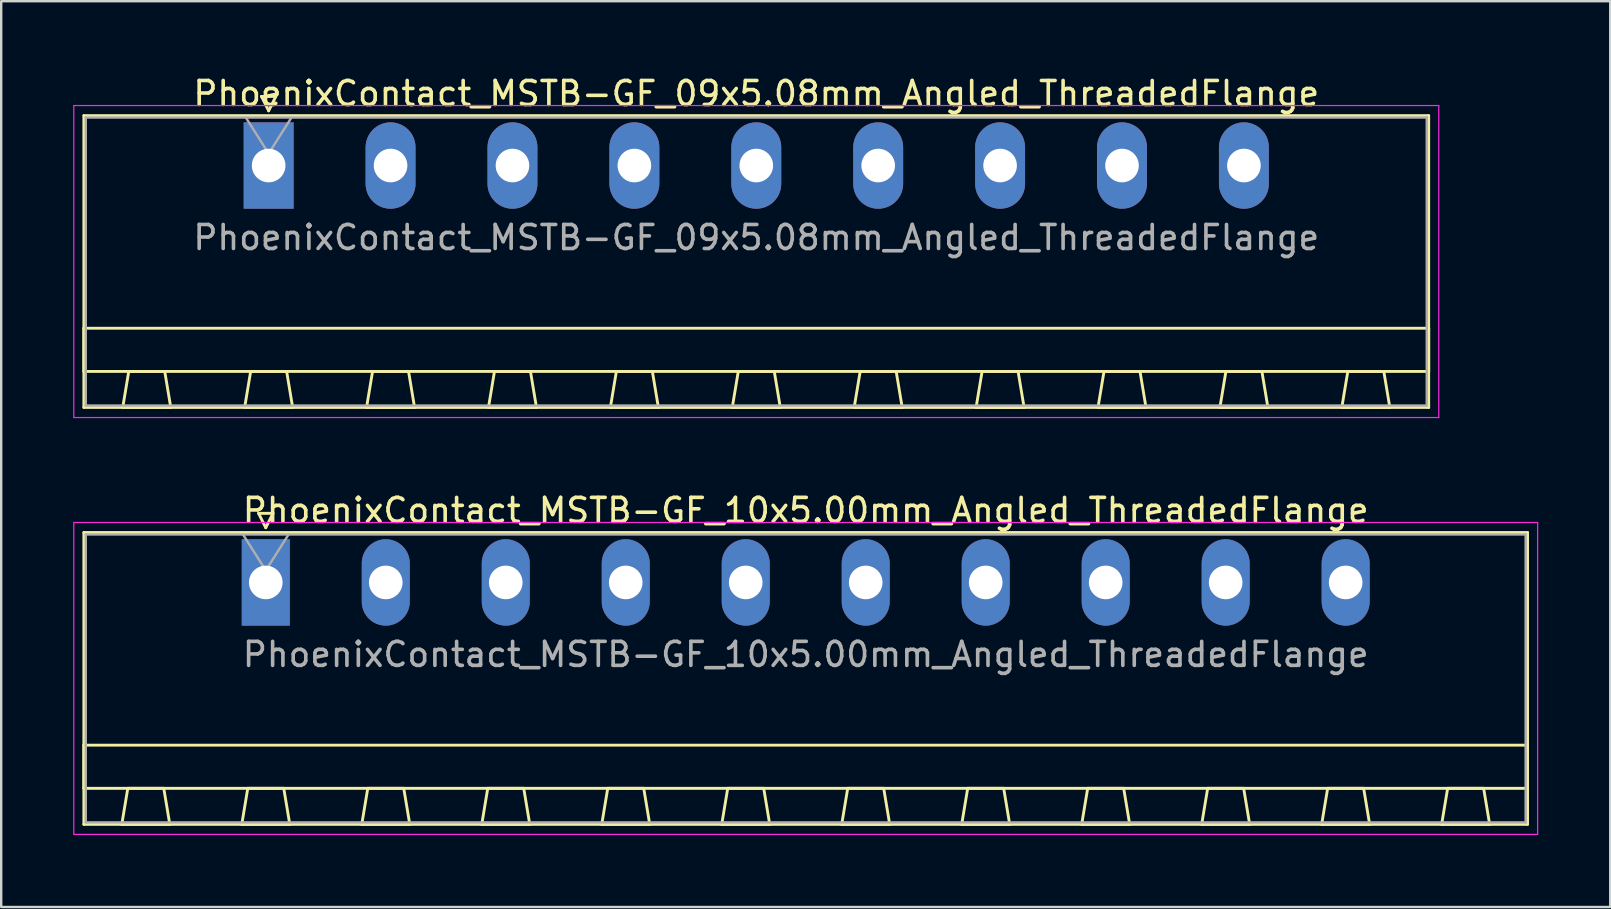
<source format=kicad_pcb>
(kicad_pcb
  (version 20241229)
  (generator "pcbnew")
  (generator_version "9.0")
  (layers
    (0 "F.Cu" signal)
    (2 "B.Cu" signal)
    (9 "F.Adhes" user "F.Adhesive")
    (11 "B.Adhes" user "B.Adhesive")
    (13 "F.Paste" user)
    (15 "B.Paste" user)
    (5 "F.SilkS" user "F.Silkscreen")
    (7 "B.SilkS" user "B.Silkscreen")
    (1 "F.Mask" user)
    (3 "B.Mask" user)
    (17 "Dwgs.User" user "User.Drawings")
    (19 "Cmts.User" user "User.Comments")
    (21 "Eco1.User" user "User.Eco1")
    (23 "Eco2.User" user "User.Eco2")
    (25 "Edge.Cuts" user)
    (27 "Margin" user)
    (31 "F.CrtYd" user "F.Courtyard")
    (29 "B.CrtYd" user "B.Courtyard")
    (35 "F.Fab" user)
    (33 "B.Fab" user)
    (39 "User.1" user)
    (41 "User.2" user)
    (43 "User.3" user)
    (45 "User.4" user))
  (footprint "PhoenixContact_MSTB-GF_10x5.00mm_Angled_ThreadedFlange"
    (layer "F.Cu")
    (at 8.025 21.221)
    (property "Reference" "PhoenixContact_MSTB-GF_10x5.00mm_Angled_ThreadedFlange" (at 22.5 -3 0) (layer "F.SilkS") (effects (font (size 1 1) (thickness 0.15))))
    (attr through_hole)
    (fp_line (start -7.58 -2.08) (end -7.58 10.08) (stroke (width 0.12) (type solid)) (layer "F.SilkS"))
    (fp_line (start -7.58 6.78) (end 52.58 6.78) (stroke (width 0.12) (type solid)) (layer "F.SilkS"))
    (fp_line (start -7.58 8.58) (end -7.58 6.78) (stroke (width 0.12) (type solid)) (layer "F.SilkS"))
    (fp_line (start -7.58 10.08) (end 52.58 10.08) (stroke (width 0.12) (type solid)) (layer "F.SilkS"))
    (fp_line (start -6 10.08) (end -4 10.08) (stroke (width 0.12) (type solid)) (layer "F.SilkS"))
    (fp_line (start -5.75 8.58) (end -6 10.08) (stroke (width 0.12) (type solid)) (layer "F.SilkS"))
    (fp_line (start -4.25 8.58) (end -5.75 8.58) (stroke (width 0.12) (type solid)) (layer "F.SilkS"))
    (fp_line (start -4 10.08) (end -4.25 8.58) (stroke (width 0.12) (type solid)) (layer "F.SilkS"))
    (fp_line (start -1 10.08) (end 1 10.08) (stroke (width 0.12) (type solid)) (layer "F.SilkS"))
    (fp_line (start -0.75 8.58) (end -1 10.08) (stroke (width 0.12) (type solid)) (layer "F.SilkS"))
    (fp_line (start -0.3 -2.88) (end 0.3 -2.88) (stroke (width 0.12) (type solid)) (layer "F.SilkS"))
    (fp_line (start 0 -2.28) (end -0.3 -2.88) (stroke (width 0.12) (type solid)) (layer "F.SilkS"))
    (fp_line (start 0.3 -2.88) (end 0 -2.28) (stroke (width 0.12) (type solid)) (layer "F.SilkS"))
    (fp_line (start 0.75 8.58) (end -0.75 8.58) (stroke (width 0.12) (type solid)) (layer "F.SilkS"))
    (fp_line (start 1 10.08) (end 0.75 8.58) (stroke (width 0.12) (type solid)) (layer "F.SilkS"))
    (fp_line (start 4 10.08) (end 6 10.08) (stroke (width 0.12) (type solid)) (layer "F.SilkS"))
    (fp_line (start 4.25 8.58) (end 4 10.08) (stroke (width 0.12) (type solid)) (layer "F.SilkS"))
    (fp_line (start 5.75 8.58) (end 4.25 8.58) (stroke (width 0.12) (type solid)) (layer "F.SilkS"))
    (fp_line (start 6 10.08) (end 5.75 8.58) (stroke (width 0.12) (type solid)) (layer "F.SilkS"))
    (fp_line (start 9 10.08) (end 11 10.08) (stroke (width 0.12) (type solid)) (layer "F.SilkS"))
    (fp_line (start 9.25 8.58) (end 9 10.08) (stroke (width 0.12) (type solid)) (layer "F.SilkS"))
    (fp_line (start 10.75 8.58) (end 9.25 8.58) (stroke (width 0.12) (type solid)) (layer "F.SilkS"))
    (fp_line (start 11 10.08) (end 10.75 8.58) (stroke (width 0.12) (type solid)) (layer "F.SilkS"))
    (fp_line (start 14 10.08) (end 16 10.08) (stroke (width 0.12) (type solid)) (layer "F.SilkS"))
    (fp_line (start 14.25 8.58) (end 14 10.08) (stroke (width 0.12) (type solid)) (layer "F.SilkS"))
    (fp_line (start 15.75 8.58) (end 14.25 8.58) (stroke (width 0.12) (type solid)) (layer "F.SilkS"))
    (fp_line (start 16 10.08) (end 15.75 8.58) (stroke (width 0.12) (type solid)) (layer "F.SilkS"))
    (fp_line (start 19 10.08) (end 21 10.08) (stroke (width 0.12) (type solid)) (layer "F.SilkS"))
    (fp_line (start 19.25 8.58) (end 19 10.08) (stroke (width 0.12) (type solid)) (layer "F.SilkS"))
    (fp_line (start 20.75 8.58) (end 19.25 8.58) (stroke (width 0.12) (type solid)) (layer "F.SilkS"))
    (fp_line (start 21 10.08) (end 20.75 8.58) (stroke (width 0.12) (type solid)) (layer "F.SilkS"))
    (fp_line (start 24 10.08) (end 26 10.08) (stroke (width 0.12) (type solid)) (layer "F.SilkS"))
    (fp_line (start 24.25 8.58) (end 24 10.08) (stroke (width 0.12) (type solid)) (layer "F.SilkS"))
    (fp_line (start 25.75 8.58) (end 24.25 8.58) (stroke (width 0.12) (type solid)) (layer "F.SilkS"))
    (fp_line (start 26 10.08) (end 25.75 8.58) (stroke (width 0.12) (type solid)) (layer "F.SilkS"))
    (fp_line (start 29 10.08) (end 31 10.08) (stroke (width 0.12) (type solid)) (layer "F.SilkS"))
    (fp_line (start 29.25 8.58) (end 29 10.08) (stroke (width 0.12) (type solid)) (layer "F.SilkS"))
    (fp_line (start 30.75 8.58) (end 29.25 8.58) (stroke (width 0.12) (type solid)) (layer "F.SilkS"))
    (fp_line (start 31 10.08) (end 30.75 8.58) (stroke (width 0.12) (type solid)) (layer "F.SilkS"))
    (fp_line (start 34 10.08) (end 36 10.08) (stroke (width 0.12) (type solid)) (layer "F.SilkS"))
    (fp_line (start 34.25 8.58) (end 34 10.08) (stroke (width 0.12) (type solid)) (layer "F.SilkS"))
    (fp_line (start 35.75 8.58) (end 34.25 8.58) (stroke (width 0.12) (type solid)) (layer "F.SilkS"))
    (fp_line (start 36 10.08) (end 35.75 8.58) (stroke (width 0.12) (type solid)) (layer "F.SilkS"))
    (fp_line (start 39 10.08) (end 41 10.08) (stroke (width 0.12) (type solid)) (layer "F.SilkS"))
    (fp_line (start 39.25 8.58) (end 39 10.08) (stroke (width 0.12) (type solid)) (layer "F.SilkS"))
    (fp_line (start 40.75 8.58) (end 39.25 8.58) (stroke (width 0.12) (type solid)) (layer "F.SilkS"))
    (fp_line (start 41 10.08) (end 40.75 8.58) (stroke (width 0.12) (type solid)) (layer "F.SilkS"))
    (fp_line (start 44 10.08) (end 46 10.08) (stroke (width 0.12) (type solid)) (layer "F.SilkS"))
    (fp_line (start 44.25 8.58) (end 44 10.08) (stroke (width 0.12) (type solid)) (layer "F.SilkS"))
    (fp_line (start 45.75 8.58) (end 44.25 8.58) (stroke (width 0.12) (type solid)) (layer "F.SilkS"))
    (fp_line (start 46 10.08) (end 45.75 8.58) (stroke (width 0.12) (type solid)) (layer "F.SilkS"))
    (fp_line (start 49 10.08) (end 51 10.08) (stroke (width 0.12) (type solid)) (layer "F.SilkS"))
    (fp_line (start 49.25 8.58) (end 49 10.08) (stroke (width 0.12) (type solid)) (layer "F.SilkS"))
    (fp_line (start 50.75 8.58) (end 49.25 8.58) (stroke (width 0.12) (type solid)) (layer "F.SilkS"))
    (fp_line (start 51 10.08) (end 50.75 8.58) (stroke (width 0.12) (type solid)) (layer "F.SilkS"))
    (fp_line (start 52.58 -2.08) (end -7.58 -2.08) (stroke (width 0.12) (type solid)) (layer "F.SilkS"))
    (fp_line (start 52.58 6.78) (end 52.58 8.58) (stroke (width 0.12) (type solid)) (layer "F.SilkS"))
    (fp_line (start 52.58 8.58) (end -7.58 8.58) (stroke (width 0.12) (type solid)) (layer "F.SilkS"))
    (fp_line (start 52.58 10.08) (end 52.58 -2.08) (stroke (width 0.12) (type solid)) (layer "F.SilkS"))
    (fp_line (start -8 -2.5) (end -8 10.5) (stroke (width 0.05) (type solid)) (layer "F.CrtYd"))
    (fp_line (start -8 10.5) (end 53 10.5) (stroke (width 0.05) (type solid)) (layer "F.CrtYd"))
    (fp_line (start 53 -2.5) (end -8 -2.5) (stroke (width 0.05) (type solid)) (layer "F.CrtYd"))
    (fp_line (start 53 10.5) (end 53 -2.5) (stroke (width 0.05) (type solid)) (layer "F.CrtYd"))
    (fp_line (start -7.5 -2) (end -7.5 10) (stroke (width 0.1) (type solid)) (layer "F.Fab"))
    (fp_line (start -7.5 10) (end 52.5 10) (stroke (width 0.1) (type solid)) (layer "F.Fab"))
    (fp_line (start 0 -0.5) (end -0.95 -2) (stroke (width 0.1) (type solid)) (layer "F.Fab"))
    (fp_line (start 0.95 -2) (end 0 -0.5) (stroke (width 0.1) (type solid)) (layer "F.Fab"))
    (fp_line (start 52.5 -2) (end -7.5 -2) (stroke (width 0.1) (type solid)) (layer "F.Fab"))
    (fp_line (start 52.5 10) (end 52.5 -2) (stroke (width 0.1) (type solid)) (layer "F.Fab"))
    (fp_text user "${REFERENCE}" (at 22.5 3 0) (layer "F.Fab") (effects (font (size 1 1) (thickness 0.15))))
    (pad "1" thru_hole rect (at 0 0) (size 2 3.6) (drill 1.4) (layers "*.Cu" "*.Mask"))
    (pad "2" thru_hole oval (at 5 0) (size 2 3.6) (drill 1.4) (layers "*.Cu" "*.Mask"))
    (pad "3" thru_hole oval (at 10 0) (size 2 3.6) (drill 1.4) (layers "*.Cu" "*.Mask"))
    (pad "4" thru_hole oval (at 15 0) (size 2 3.6) (drill 1.4) (layers "*.Cu" "*.Mask"))
    (pad "5" thru_hole oval (at 20 0) (size 2 3.6) (drill 1.4) (layers "*.Cu" "*.Mask"))
    (pad "6" thru_hole oval (at 25 0) (size 2 3.6) (drill 1.4) (layers "*.Cu" "*.Mask"))
    (pad "7" thru_hole oval (at 30 0) (size 2 3.6) (drill 1.4) (layers "*.Cu" "*.Mask"))
    (pad "8" thru_hole oval (at 35 0) (size 2 3.6) (drill 1.4) (layers "*.Cu" "*.Mask"))
    (pad "9" thru_hole oval (at 40 0) (size 2 3.6) (drill 1.4) (layers "*.Cu" "*.Mask"))
    (pad "10" thru_hole oval (at 45 0) (size 2 3.6) (drill 1.4) (layers "*.Cu" "*.Mask")))
  (footprint "PhoenixContact_MSTB-GF_09x5.08mm_Angled_ThreadedFlange"
    (layer "F.Cu")
    (at 8.145 3.848)
    (property "Reference" "PhoenixContact_MSTB-GF_09x5.08mm_Angled_ThreadedFlange" (at 20.32 -3 0) (layer "F.SilkS") (effects (font (size 1 1) (thickness 0.15))))
    (attr through_hole)
    (fp_line (start -7.7 -2.08) (end -7.7 10.08) (stroke (width 0.12) (type solid)) (layer "F.SilkS"))
    (fp_line (start -7.7 6.78) (end 48.34 6.78) (stroke (width 0.12) (type solid)) (layer "F.SilkS"))
    (fp_line (start -7.7 8.58) (end -7.7 6.78) (stroke (width 0.12) (type solid)) (layer "F.SilkS"))
    (fp_line (start -7.7 10.08) (end 48.34 10.08) (stroke (width 0.12) (type solid)) (layer "F.SilkS"))
    (fp_line (start -6.08 10.08) (end -4.08 10.08) (stroke (width 0.12) (type solid)) (layer "F.SilkS"))
    (fp_line (start -5.83 8.58) (end -6.08 10.08) (stroke (width 0.12) (type solid)) (layer "F.SilkS"))
    (fp_line (start -4.33 8.58) (end -5.83 8.58) (stroke (width 0.12) (type solid)) (layer "F.SilkS"))
    (fp_line (start -4.08 10.08) (end -4.33 8.58) (stroke (width 0.12) (type solid)) (layer "F.SilkS"))
    (fp_line (start -1 10.08) (end 1 10.08) (stroke (width 0.12) (type solid)) (layer "F.SilkS"))
    (fp_line (start -0.75 8.58) (end -1 10.08) (stroke (width 0.12) (type solid)) (layer "F.SilkS"))
    (fp_line (start -0.3 -2.88) (end 0.3 -2.88) (stroke (width 0.12) (type solid)) (layer "F.SilkS"))
    (fp_line (start 0 -2.28) (end -0.3 -2.88) (stroke (width 0.12) (type solid)) (layer "F.SilkS"))
    (fp_line (start 0.3 -2.88) (end 0 -2.28) (stroke (width 0.12) (type solid)) (layer "F.SilkS"))
    (fp_line (start 0.75 8.58) (end -0.75 8.58) (stroke (width 0.12) (type solid)) (layer "F.SilkS"))
    (fp_line (start 1 10.08) (end 0.75 8.58) (stroke (width 0.12) (type solid)) (layer "F.SilkS"))
    (fp_line (start 4.08 10.08) (end 6.08 10.08) (stroke (width 0.12) (type solid)) (layer "F.SilkS"))
    (fp_line (start 4.33 8.58) (end 4.08 10.08) (stroke (width 0.12) (type solid)) (layer "F.SilkS"))
    (fp_line (start 5.83 8.58) (end 4.33 8.58) (stroke (width 0.12) (type solid)) (layer "F.SilkS"))
    (fp_line (start 6.08 10.08) (end 5.83 8.58) (stroke (width 0.12) (type solid)) (layer "F.SilkS"))
    (fp_line (start 9.16 10.08) (end 11.16 10.08) (stroke (width 0.12) (type solid)) (layer "F.SilkS"))
    (fp_line (start 9.41 8.58) (end 9.16 10.08) (stroke (width 0.12) (type solid)) (layer "F.SilkS"))
    (fp_line (start 10.91 8.58) (end 9.41 8.58) (stroke (width 0.12) (type solid)) (layer "F.SilkS"))
    (fp_line (start 11.16 10.08) (end 10.91 8.58) (stroke (width 0.12) (type solid)) (layer "F.SilkS"))
    (fp_line (start 14.24 10.08) (end 16.24 10.08) (stroke (width 0.12) (type solid)) (layer "F.SilkS"))
    (fp_line (start 14.49 8.58) (end 14.24 10.08) (stroke (width 0.12) (type solid)) (layer "F.SilkS"))
    (fp_line (start 15.99 8.58) (end 14.49 8.58) (stroke (width 0.12) (type solid)) (layer "F.SilkS"))
    (fp_line (start 16.24 10.08) (end 15.99 8.58) (stroke (width 0.12) (type solid)) (layer "F.SilkS"))
    (fp_line (start 19.32 10.08) (end 21.32 10.08) (stroke (width 0.12) (type solid)) (layer "F.SilkS"))
    (fp_line (start 19.57 8.58) (end 19.32 10.08) (stroke (width 0.12) (type solid)) (layer "F.SilkS"))
    (fp_line (start 21.07 8.58) (end 19.57 8.58) (stroke (width 0.12) (type solid)) (layer "F.SilkS"))
    (fp_line (start 21.32 10.08) (end 21.07 8.58) (stroke (width 0.12) (type solid)) (layer "F.SilkS"))
    (fp_line (start 24.4 10.08) (end 26.4 10.08) (stroke (width 0.12) (type solid)) (layer "F.SilkS"))
    (fp_line (start 24.65 8.58) (end 24.4 10.08) (stroke (width 0.12) (type solid)) (layer "F.SilkS"))
    (fp_line (start 26.15 8.58) (end 24.65 8.58) (stroke (width 0.12) (type solid)) (layer "F.SilkS"))
    (fp_line (start 26.4 10.08) (end 26.15 8.58) (stroke (width 0.12) (type solid)) (layer "F.SilkS"))
    (fp_line (start 29.48 10.08) (end 31.48 10.08) (stroke (width 0.12) (type solid)) (layer "F.SilkS"))
    (fp_line (start 29.73 8.58) (end 29.48 10.08) (stroke (width 0.12) (type solid)) (layer "F.SilkS"))
    (fp_line (start 31.23 8.58) (end 29.73 8.58) (stroke (width 0.12) (type solid)) (layer "F.SilkS"))
    (fp_line (start 31.48 10.08) (end 31.23 8.58) (stroke (width 0.12) (type solid)) (layer "F.SilkS"))
    (fp_line (start 34.56 10.08) (end 36.56 10.08) (stroke (width 0.12) (type solid)) (layer "F.SilkS"))
    (fp_line (start 34.81 8.58) (end 34.56 10.08) (stroke (width 0.12) (type solid)) (layer "F.SilkS"))
    (fp_line (start 36.31 8.58) (end 34.81 8.58) (stroke (width 0.12) (type solid)) (layer "F.SilkS"))
    (fp_line (start 36.56 10.08) (end 36.31 8.58) (stroke (width 0.12) (type solid)) (layer "F.SilkS"))
    (fp_line (start 39.64 10.08) (end 41.64 10.08) (stroke (width 0.12) (type solid)) (layer "F.SilkS"))
    (fp_line (start 39.89 8.58) (end 39.64 10.08) (stroke (width 0.12) (type solid)) (layer "F.SilkS"))
    (fp_line (start 41.39 8.58) (end 39.89 8.58) (stroke (width 0.12) (type solid)) (layer "F.SilkS"))
    (fp_line (start 41.64 10.08) (end 41.39 8.58) (stroke (width 0.12) (type solid)) (layer "F.SilkS"))
    (fp_line (start 44.72 10.08) (end 46.72 10.08) (stroke (width 0.12) (type solid)) (layer "F.SilkS"))
    (fp_line (start 44.97 8.58) (end 44.72 10.08) (stroke (width 0.12) (type solid)) (layer "F.SilkS"))
    (fp_line (start 46.47 8.58) (end 44.97 8.58) (stroke (width 0.12) (type solid)) (layer "F.SilkS"))
    (fp_line (start 46.72 10.08) (end 46.47 8.58) (stroke (width 0.12) (type solid)) (layer "F.SilkS"))
    (fp_line (start 48.34 -2.08) (end -7.7 -2.08) (stroke (width 0.12) (type solid)) (layer "F.SilkS"))
    (fp_line (start 48.34 6.78) (end 48.34 8.58) (stroke (width 0.12) (type solid)) (layer "F.SilkS"))
    (fp_line (start 48.34 8.58) (end -7.7 8.58) (stroke (width 0.12) (type solid)) (layer "F.SilkS"))
    (fp_line (start 48.34 10.08) (end 48.34 -2.08) (stroke (width 0.12) (type solid)) (layer "F.SilkS"))
    (fp_line (start -8.12 -2.5) (end -8.12 10.5) (stroke (width 0.05) (type solid)) (layer "F.CrtYd"))
    (fp_line (start -8.12 10.5) (end 48.76 10.5) (stroke (width 0.05) (type solid)) (layer "F.CrtYd"))
    (fp_line (start 48.76 -2.5) (end -8.12 -2.5) (stroke (width 0.05) (type solid)) (layer "F.CrtYd"))
    (fp_line (start 48.76 10.5) (end 48.76 -2.5) (stroke (width 0.05) (type solid)) (layer "F.CrtYd"))
    (fp_line (start -7.62 -2) (end -7.62 10) (stroke (width 0.1) (type solid)) (layer "F.Fab"))
    (fp_line (start -7.62 10) (end 48.26 10) (stroke (width 0.1) (type solid)) (layer "F.Fab"))
    (fp_line (start 0 -0.5) (end -0.95 -2) (stroke (width 0.1) (type solid)) (layer "F.Fab"))
    (fp_line (start 0.95 -2) (end 0 -0.5) (stroke (width 0.1) (type solid)) (layer "F.Fab"))
    (fp_line (start 48.26 -2) (end -7.62 -2) (stroke (width 0.1) (type solid)) (layer "F.Fab"))
    (fp_line (start 48.26 10) (end 48.26 -2) (stroke (width 0.1) (type solid)) (layer "F.Fab"))
    (fp_text user "${REFERENCE}" (at 20.32 3 0) (layer "F.Fab") (effects (font (size 1 1) (thickness 0.15))))
    (pad "1" thru_hole rect (at 0 0) (size 2.08 3.6) (drill 1.4) (layers "*.Cu" "*.Mask"))
    (pad "2" thru_hole oval (at 5.08 0) (size 2.08 3.6) (drill 1.4) (layers "*.Cu" "*.Mask"))
    (pad "3" thru_hole oval (at 10.16 0) (size 2.08 3.6) (drill 1.4) (layers "*.Cu" "*.Mask"))
    (pad "4" thru_hole oval (at 15.24 0) (size 2.08 3.6) (drill 1.4) (layers "*.Cu" "*.Mask"))
    (pad "5" thru_hole oval (at 20.32 0) (size 2.08 3.6) (drill 1.4) (layers "*.Cu" "*.Mask"))
    (pad "6" thru_hole oval (at 25.4 0) (size 2.08 3.6) (drill 1.4) (layers "*.Cu" "*.Mask"))
    (pad "7" thru_hole oval (at 30.48 0) (size 2.08 3.6) (drill 1.4) (layers "*.Cu" "*.Mask"))
    (pad "8" thru_hole oval (at 35.56 0) (size 2.08 3.6) (drill 1.4) (layers "*.Cu" "*.Mask"))
    (pad "9" thru_hole oval (at 40.64 0) (size 2.08 3.6) (drill 1.4) (layers "*.Cu" "*.Mask")))
  (gr_rect
    (start -3 -3)
    (end 64.05 34.746)
    (stroke (width 0.1) (type default))
    (fill no)
    (layer "Edge.Cuts")))
</source>
